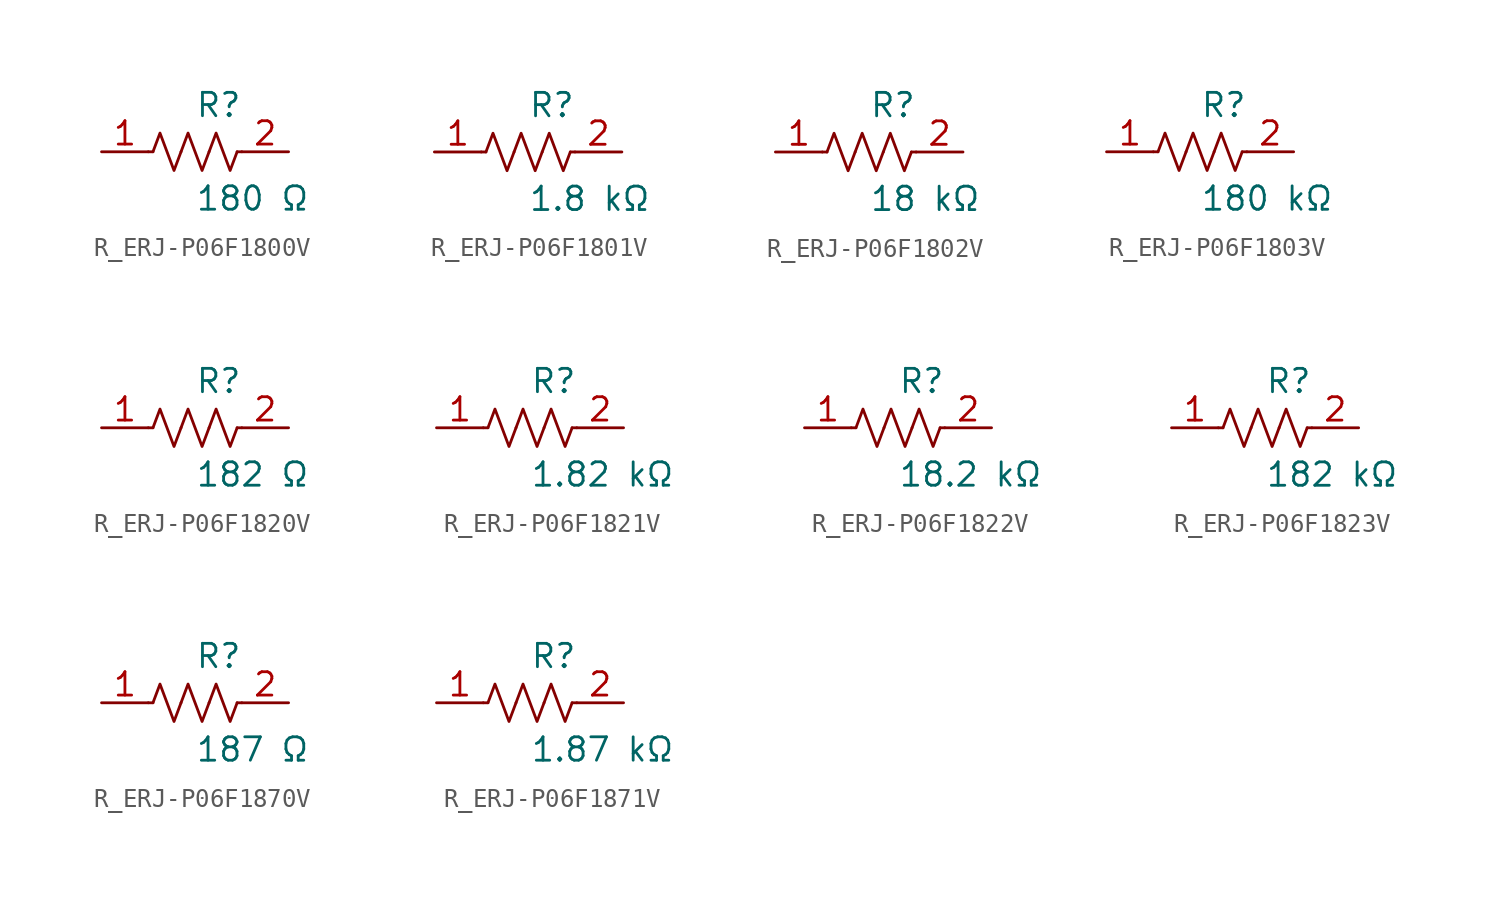
<source format=kicad_sym>
(kicad_symbol_lib
  (version 20231120)
  (generator kicad_symbol_editor)
  (generator_version 8.0)
  (symbol "R_ERJ-P06F1800V"
    (pin_names
      (offset 0.254))
    (property "Reference" "R"
      (at 0.0 2.54 0)
      (effects (font (size 1.27 1.27)) (justify left)))
    (property "Value" "180 Ω"
      (at 0.0 -2.54 0)
      (effects (font (size 1.27 1.27)) (justify left)))
    (symbol "R_ERJ-P06F1800V_0_1"
      (polyline (pts (xy 2.286 0) (xy 2.54 0)) (stroke (width 0) (type default)) (fill (type none)))
      (polyline (pts (xy -2.286 0) (xy -2.54 0)) (stroke (width 0) (type default)) (fill (type none)))
      (polyline (pts (xy 0.762 0) (xy 1.143 1.016) (xy 1.524 0) (xy 1.905 -1.016) (xy 2.286 0)) (stroke (width 0) (type default)) (fill (type none)))
      (polyline (pts (xy -0.762 0) (xy -0.381 1.016) (xy 0 0) (xy 0.381 -1.016) (xy 0.762 0)) (stroke (width 0) (type default)) (fill (type none)))
      (polyline (pts (xy -2.286 0) (xy -1.905 1.016) (xy -1.524 0) (xy -1.143 -1.016) (xy -0.762 0)) (stroke (width 0) (type default)) (fill (type none))))
    (pin unspecified line
      (at -5.08 0 0)
      (length 2.54)
      (name "" (effects (font (size 1.27 1.27))))
      (number "1" (effects (font (size 1.27 1.27)))))
    (pin unspecified line
      (at 5.08 0 180)
      (length 2.54)
      (name "" (effects (font (size 1.27 1.27))))
      (number "2" (effects (font (size 1.27 1.27))))))
  (symbol "R_ERJ-P06F1801V"
    (pin_names
      (offset 0.254))
    (property "Reference" "R"
      (at 0.0 2.54 0)
      (effects (font (size 1.27 1.27)) (justify left)))
    (property "Value" "1.8 kΩ"
      (at 0.0 -2.54 0)
      (effects (font (size 1.27 1.27)) (justify left)))
    (symbol "R_ERJ-P06F1801V_0_1"
      (polyline (pts (xy 2.286 0) (xy 2.54 0)) (stroke (width 0) (type default)) (fill (type none)))
      (polyline (pts (xy -2.286 0) (xy -2.54 0)) (stroke (width 0) (type default)) (fill (type none)))
      (polyline (pts (xy 0.762 0) (xy 1.143 1.016) (xy 1.524 0) (xy 1.905 -1.016) (xy 2.286 0)) (stroke (width 0) (type default)) (fill (type none)))
      (polyline (pts (xy -0.762 0) (xy -0.381 1.016) (xy 0 0) (xy 0.381 -1.016) (xy 0.762 0)) (stroke (width 0) (type default)) (fill (type none)))
      (polyline (pts (xy -2.286 0) (xy -1.905 1.016) (xy -1.524 0) (xy -1.143 -1.016) (xy -0.762 0)) (stroke (width 0) (type default)) (fill (type none))))
    (pin unspecified line
      (at -5.08 0 0)
      (length 2.54)
      (name "" (effects (font (size 1.27 1.27))))
      (number "1" (effects (font (size 1.27 1.27)))))
    (pin unspecified line
      (at 5.08 0 180)
      (length 2.54)
      (name "" (effects (font (size 1.27 1.27))))
      (number "2" (effects (font (size 1.27 1.27))))))
  (symbol "R_ERJ-P06F1802V"
    (pin_names
      (offset 0.254))
    (property "Reference" "R"
      (at 0.0 2.54 0)
      (effects (font (size 1.27 1.27)) (justify left)))
    (property "Value" "18 kΩ"
      (at 0.0 -2.54 0)
      (effects (font (size 1.27 1.27)) (justify left)))
    (symbol "R_ERJ-P06F1802V_0_1"
      (polyline (pts (xy 2.286 0) (xy 2.54 0)) (stroke (width 0) (type default)) (fill (type none)))
      (polyline (pts (xy -2.286 0) (xy -2.54 0)) (stroke (width 0) (type default)) (fill (type none)))
      (polyline (pts (xy 0.762 0) (xy 1.143 1.016) (xy 1.524 0) (xy 1.905 -1.016) (xy 2.286 0)) (stroke (width 0) (type default)) (fill (type none)))
      (polyline (pts (xy -0.762 0) (xy -0.381 1.016) (xy 0 0) (xy 0.381 -1.016) (xy 0.762 0)) (stroke (width 0) (type default)) (fill (type none)))
      (polyline (pts (xy -2.286 0) (xy -1.905 1.016) (xy -1.524 0) (xy -1.143 -1.016) (xy -0.762 0)) (stroke (width 0) (type default)) (fill (type none))))
    (pin unspecified line
      (at -5.08 0 0)
      (length 2.54)
      (name "" (effects (font (size 1.27 1.27))))
      (number "1" (effects (font (size 1.27 1.27)))))
    (pin unspecified line
      (at 5.08 0 180)
      (length 2.54)
      (name "" (effects (font (size 1.27 1.27))))
      (number "2" (effects (font (size 1.27 1.27))))))
  (symbol "R_ERJ-P06F1803V"
    (pin_names
      (offset 0.254))
    (property "Reference" "R"
      (at 0.0 2.54 0)
      (effects (font (size 1.27 1.27)) (justify left)))
    (property "Value" "180 kΩ"
      (at 0.0 -2.54 0)
      (effects (font (size 1.27 1.27)) (justify left)))
    (symbol "R_ERJ-P06F1803V_0_1"
      (polyline (pts (xy 2.286 0) (xy 2.54 0)) (stroke (width 0) (type default)) (fill (type none)))
      (polyline (pts (xy -2.286 0) (xy -2.54 0)) (stroke (width 0) (type default)) (fill (type none)))
      (polyline (pts (xy 0.762 0) (xy 1.143 1.016) (xy 1.524 0) (xy 1.905 -1.016) (xy 2.286 0)) (stroke (width 0) (type default)) (fill (type none)))
      (polyline (pts (xy -0.762 0) (xy -0.381 1.016) (xy 0 0) (xy 0.381 -1.016) (xy 0.762 0)) (stroke (width 0) (type default)) (fill (type none)))
      (polyline (pts (xy -2.286 0) (xy -1.905 1.016) (xy -1.524 0) (xy -1.143 -1.016) (xy -0.762 0)) (stroke (width 0) (type default)) (fill (type none))))
    (pin unspecified line
      (at -5.08 0 0)
      (length 2.54)
      (name "" (effects (font (size 1.27 1.27))))
      (number "1" (effects (font (size 1.27 1.27)))))
    (pin unspecified line
      (at 5.08 0 180)
      (length 2.54)
      (name "" (effects (font (size 1.27 1.27))))
      (number "2" (effects (font (size 1.27 1.27))))))
  (symbol "R_ERJ-P06F1820V"
    (pin_names
      (offset 0.254))
    (property "Reference" "R"
      (at 0.0 2.54 0)
      (effects (font (size 1.27 1.27)) (justify left)))
    (property "Value" "182 Ω"
      (at 0.0 -2.54 0)
      (effects (font (size 1.27 1.27)) (justify left)))
    (symbol "R_ERJ-P06F1820V_0_1"
      (polyline (pts (xy 2.286 0) (xy 2.54 0)) (stroke (width 0) (type default)) (fill (type none)))
      (polyline (pts (xy -2.286 0) (xy -2.54 0)) (stroke (width 0) (type default)) (fill (type none)))
      (polyline (pts (xy 0.762 0) (xy 1.143 1.016) (xy 1.524 0) (xy 1.905 -1.016) (xy 2.286 0)) (stroke (width 0) (type default)) (fill (type none)))
      (polyline (pts (xy -0.762 0) (xy -0.381 1.016) (xy 0 0) (xy 0.381 -1.016) (xy 0.762 0)) (stroke (width 0) (type default)) (fill (type none)))
      (polyline (pts (xy -2.286 0) (xy -1.905 1.016) (xy -1.524 0) (xy -1.143 -1.016) (xy -0.762 0)) (stroke (width 0) (type default)) (fill (type none))))
    (pin unspecified line
      (at -5.08 0 0)
      (length 2.54)
      (name "" (effects (font (size 1.27 1.27))))
      (number "1" (effects (font (size 1.27 1.27)))))
    (pin unspecified line
      (at 5.08 0 180)
      (length 2.54)
      (name "" (effects (font (size 1.27 1.27))))
      (number "2" (effects (font (size 1.27 1.27))))))
  (symbol "R_ERJ-P06F1821V"
    (pin_names
      (offset 0.254))
    (property "Reference" "R"
      (at 0.0 2.54 0)
      (effects (font (size 1.27 1.27)) (justify left)))
    (property "Value" "1.82 kΩ"
      (at 0.0 -2.54 0)
      (effects (font (size 1.27 1.27)) (justify left)))
    (symbol "R_ERJ-P06F1821V_0_1"
      (polyline (pts (xy 2.286 0) (xy 2.54 0)) (stroke (width 0) (type default)) (fill (type none)))
      (polyline (pts (xy -2.286 0) (xy -2.54 0)) (stroke (width 0) (type default)) (fill (type none)))
      (polyline (pts (xy 0.762 0) (xy 1.143 1.016) (xy 1.524 0) (xy 1.905 -1.016) (xy 2.286 0)) (stroke (width 0) (type default)) (fill (type none)))
      (polyline (pts (xy -0.762 0) (xy -0.381 1.016) (xy 0 0) (xy 0.381 -1.016) (xy 0.762 0)) (stroke (width 0) (type default)) (fill (type none)))
      (polyline (pts (xy -2.286 0) (xy -1.905 1.016) (xy -1.524 0) (xy -1.143 -1.016) (xy -0.762 0)) (stroke (width 0) (type default)) (fill (type none))))
    (pin unspecified line
      (at -5.08 0 0)
      (length 2.54)
      (name "" (effects (font (size 1.27 1.27))))
      (number "1" (effects (font (size 1.27 1.27)))))
    (pin unspecified line
      (at 5.08 0 180)
      (length 2.54)
      (name "" (effects (font (size 1.27 1.27))))
      (number "2" (effects (font (size 1.27 1.27))))))
  (symbol "R_ERJ-P06F1822V"
    (pin_names
      (offset 0.254))
    (property "Reference" "R"
      (at 0.0 2.54 0)
      (effects (font (size 1.27 1.27)) (justify left)))
    (property "Value" "18.2 kΩ"
      (at 0.0 -2.54 0)
      (effects (font (size 1.27 1.27)) (justify left)))
    (symbol "R_ERJ-P06F1822V_0_1"
      (polyline (pts (xy 2.286 0) (xy 2.54 0)) (stroke (width 0) (type default)) (fill (type none)))
      (polyline (pts (xy -2.286 0) (xy -2.54 0)) (stroke (width 0) (type default)) (fill (type none)))
      (polyline (pts (xy 0.762 0) (xy 1.143 1.016) (xy 1.524 0) (xy 1.905 -1.016) (xy 2.286 0)) (stroke (width 0) (type default)) (fill (type none)))
      (polyline (pts (xy -0.762 0) (xy -0.381 1.016) (xy 0 0) (xy 0.381 -1.016) (xy 0.762 0)) (stroke (width 0) (type default)) (fill (type none)))
      (polyline (pts (xy -2.286 0) (xy -1.905 1.016) (xy -1.524 0) (xy -1.143 -1.016) (xy -0.762 0)) (stroke (width 0) (type default)) (fill (type none))))
    (pin unspecified line
      (at -5.08 0 0)
      (length 2.54)
      (name "" (effects (font (size 1.27 1.27))))
      (number "1" (effects (font (size 1.27 1.27)))))
    (pin unspecified line
      (at 5.08 0 180)
      (length 2.54)
      (name "" (effects (font (size 1.27 1.27))))
      (number "2" (effects (font (size 1.27 1.27))))))
  (symbol "R_ERJ-P06F1823V"
    (pin_names
      (offset 0.254))
    (property "Reference" "R"
      (at 0.0 2.54 0)
      (effects (font (size 1.27 1.27)) (justify left)))
    (property "Value" "182 kΩ"
      (at 0.0 -2.54 0)
      (effects (font (size 1.27 1.27)) (justify left)))
    (symbol "R_ERJ-P06F1823V_0_1"
      (polyline (pts (xy 2.286 0) (xy 2.54 0)) (stroke (width 0) (type default)) (fill (type none)))
      (polyline (pts (xy -2.286 0) (xy -2.54 0)) (stroke (width 0) (type default)) (fill (type none)))
      (polyline (pts (xy 0.762 0) (xy 1.143 1.016) (xy 1.524 0) (xy 1.905 -1.016) (xy 2.286 0)) (stroke (width 0) (type default)) (fill (type none)))
      (polyline (pts (xy -0.762 0) (xy -0.381 1.016) (xy 0 0) (xy 0.381 -1.016) (xy 0.762 0)) (stroke (width 0) (type default)) (fill (type none)))
      (polyline (pts (xy -2.286 0) (xy -1.905 1.016) (xy -1.524 0) (xy -1.143 -1.016) (xy -0.762 0)) (stroke (width 0) (type default)) (fill (type none))))
    (pin unspecified line
      (at -5.08 0 0)
      (length 2.54)
      (name "" (effects (font (size 1.27 1.27))))
      (number "1" (effects (font (size 1.27 1.27)))))
    (pin unspecified line
      (at 5.08 0 180)
      (length 2.54)
      (name "" (effects (font (size 1.27 1.27))))
      (number "2" (effects (font (size 1.27 1.27))))))
  (symbol "R_ERJ-P06F1870V"
    (pin_names
      (offset 0.254))
    (property "Reference" "R"
      (at 0.0 2.54 0)
      (effects (font (size 1.27 1.27)) (justify left)))
    (property "Value" "187 Ω"
      (at 0.0 -2.54 0)
      (effects (font (size 1.27 1.27)) (justify left)))
    (symbol "R_ERJ-P06F1870V_0_1"
      (polyline (pts (xy 2.286 0) (xy 2.54 0)) (stroke (width 0) (type default)) (fill (type none)))
      (polyline (pts (xy -2.286 0) (xy -2.54 0)) (stroke (width 0) (type default)) (fill (type none)))
      (polyline (pts (xy 0.762 0) (xy 1.143 1.016) (xy 1.524 0) (xy 1.905 -1.016) (xy 2.286 0)) (stroke (width 0) (type default)) (fill (type none)))
      (polyline (pts (xy -0.762 0) (xy -0.381 1.016) (xy 0 0) (xy 0.381 -1.016) (xy 0.762 0)) (stroke (width 0) (type default)) (fill (type none)))
      (polyline (pts (xy -2.286 0) (xy -1.905 1.016) (xy -1.524 0) (xy -1.143 -1.016) (xy -0.762 0)) (stroke (width 0) (type default)) (fill (type none))))
    (pin unspecified line
      (at -5.08 0 0)
      (length 2.54)
      (name "" (effects (font (size 1.27 1.27))))
      (number "1" (effects (font (size 1.27 1.27)))))
    (pin unspecified line
      (at 5.08 0 180)
      (length 2.54)
      (name "" (effects (font (size 1.27 1.27))))
      (number "2" (effects (font (size 1.27 1.27))))))
  (symbol "R_ERJ-P06F1871V"
    (pin_names
      (offset 0.254))
    (property "Reference" "R"
      (at 0.0 2.54 0)
      (effects (font (size 1.27 1.27)) (justify left)))
    (property "Value" "1.87 kΩ"
      (at 0.0 -2.54 0)
      (effects (font (size 1.27 1.27)) (justify left)))
    (symbol "R_ERJ-P06F1871V_0_1"
      (polyline (pts (xy 2.286 0) (xy 2.54 0)) (stroke (width 0) (type default)) (fill (type none)))
      (polyline (pts (xy -2.286 0) (xy -2.54 0)) (stroke (width 0) (type default)) (fill (type none)))
      (polyline (pts (xy 0.762 0) (xy 1.143 1.016) (xy 1.524 0) (xy 1.905 -1.016) (xy 2.286 0)) (stroke (width 0) (type default)) (fill (type none)))
      (polyline (pts (xy -0.762 0) (xy -0.381 1.016) (xy 0 0) (xy 0.381 -1.016) (xy 0.762 0)) (stroke (width 0) (type default)) (fill (type none)))
      (polyline (pts (xy -2.286 0) (xy -1.905 1.016) (xy -1.524 0) (xy -1.143 -1.016) (xy -0.762 0)) (stroke (width 0) (type default)) (fill (type none))))
    (pin unspecified line
      (at -5.08 0 0)
      (length 2.54)
      (name "" (effects (font (size 1.27 1.27))))
      (number "1" (effects (font (size 1.27 1.27)))))
    (pin unspecified line
      (at 5.08 0 180)
      (length 2.54)
      (name "" (effects (font (size 1.27 1.27))))
      (number "2" (effects (font (size 1.27 1.27)))))))
</source>
